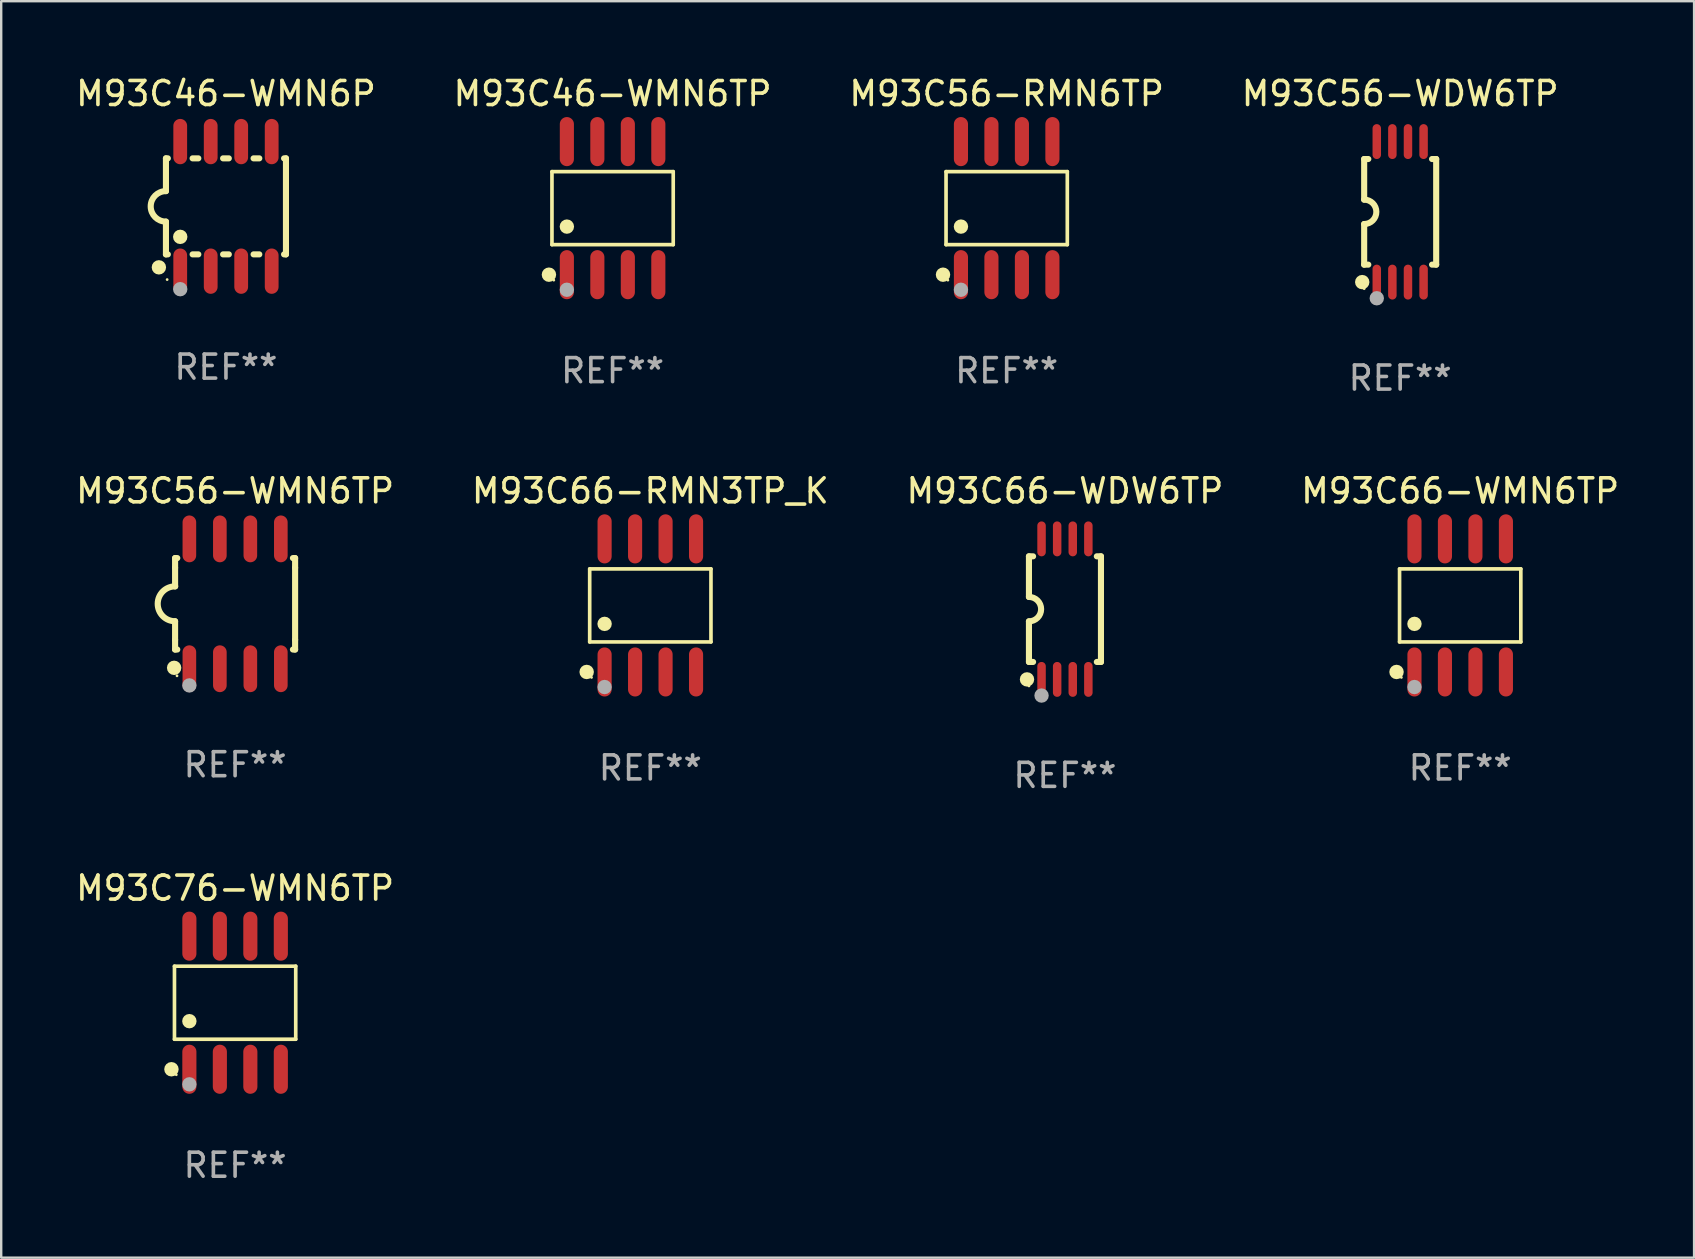
<source format=kicad_pcb>
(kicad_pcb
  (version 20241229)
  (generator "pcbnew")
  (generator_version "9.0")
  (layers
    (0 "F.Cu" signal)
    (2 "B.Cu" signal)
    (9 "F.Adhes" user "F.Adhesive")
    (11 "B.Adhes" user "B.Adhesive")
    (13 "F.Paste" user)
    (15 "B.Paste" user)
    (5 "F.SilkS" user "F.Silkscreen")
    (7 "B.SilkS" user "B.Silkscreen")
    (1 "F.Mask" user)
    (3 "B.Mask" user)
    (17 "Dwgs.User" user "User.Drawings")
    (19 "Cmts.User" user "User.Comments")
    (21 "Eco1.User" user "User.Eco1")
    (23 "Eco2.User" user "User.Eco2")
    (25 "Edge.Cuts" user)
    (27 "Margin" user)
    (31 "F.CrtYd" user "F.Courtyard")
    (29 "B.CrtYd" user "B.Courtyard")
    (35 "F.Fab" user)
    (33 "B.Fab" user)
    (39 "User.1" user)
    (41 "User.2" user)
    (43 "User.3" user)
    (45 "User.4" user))
  (footprint "M93C56-RMN6TP"
    (layer "F.Cu")
    (at 38.887 5.621)
    (property "Reference" "M93C56-RMN6TP" (at 0 -4.772 0) (layer "F.SilkS") (effects (font (size 1 1) (thickness 0.15))))
    (attr through_hole)
    (fp_line (start -2.526 -1.521) (end 2.526 -1.521) (stroke (width 0.152) (type solid)) (layer "F.SilkS"))
    (fp_line (start -2.526 1.521) (end -2.526 -1.521) (stroke (width 0.152) (type solid)) (layer "F.SilkS"))
    (fp_line (start 2.526 -1.521) (end 2.526 1.521) (stroke (width 0.152) (type solid)) (layer "F.SilkS"))
    (fp_line (start 2.526 1.521) (end -2.526 1.521) (stroke (width 0.152) (type solid)) (layer "F.SilkS"))
    (fp_circle (center -2.652 2.772) (end -2.501 2.772) (stroke (width 0.3) (type solid)) (fill no) (layer "F.SilkS"))
    (fp_circle (center -2.45 3) (end -2.42 3) (stroke (width 0.06) (type solid)) (fill no) (layer "F.SilkS"))
    (fp_circle (center -1.905 0.769) (end -1.755 0.769) (stroke (width 0.3) (type solid)) (fill no) (layer "F.SilkS"))
    (fp_circle (center -1.905 3.4) (end -1.755 3.4) (stroke (width 0.3) (type solid)) (fill no) (layer "F.Fab"))
    (fp_text user "REF**" (at 0 6.772 0) (layer "F.Fab") (effects (font (size 1 1) (thickness 0.15))))
    (pad "1" smd oval (at -1.905 2.772) (size 0.588 2.045) (layers "F.Cu" "F.Mask" "F.Paste"))
    (pad "2" smd oval (at -0.635 2.772) (size 0.588 2.045) (layers "F.Cu" "F.Mask" "F.Paste"))
    (pad "3" smd oval (at 0.635 2.772) (size 0.588 2.045) (layers "F.Cu" "F.Mask" "F.Paste"))
    (pad "4" smd oval (at 1.905 2.772) (size 0.588 2.045) (layers "F.Cu" "F.Mask" "F.Paste"))
    (pad "5" smd oval (at 1.905 -2.772) (size 0.588 2.045) (layers "F.Cu" "F.Mask" "F.Paste"))
    (pad "6" smd oval (at 0.635 -2.772) (size 0.588 2.045) (layers "F.Cu" "F.Mask" "F.Paste"))
    (pad "7" smd oval (at -0.635 -2.772) (size 0.588 2.045) (layers "F.Cu" "F.Mask" "F.Paste"))
    (pad "8" smd oval (at -1.905 -2.772) (size 0.588 2.045) (layers "F.Cu" "F.Mask" "F.Paste")))
  (footprint "M93C66-RMN3TP_K"
    (layer "F.Cu")
    (at 24.042 22.171)
    (property "Reference" "M93C66-RMN3TP_K" (at 0 -4.772 0) (layer "F.SilkS") (effects (font (size 1 1) (thickness 0.15))))
    (attr through_hole)
    (fp_line (start -2.526 -1.521) (end 2.526 -1.521) (stroke (width 0.152) (type solid)) (layer "F.SilkS"))
    (fp_line (start -2.526 1.521) (end -2.526 -1.521) (stroke (width 0.152) (type solid)) (layer "F.SilkS"))
    (fp_line (start 2.526 -1.521) (end 2.526 1.521) (stroke (width 0.152) (type solid)) (layer "F.SilkS"))
    (fp_line (start 2.526 1.521) (end -2.526 1.521) (stroke (width 0.152) (type solid)) (layer "F.SilkS"))
    (fp_circle (center -2.652 2.772) (end -2.501 2.772) (stroke (width 0.3) (type solid)) (fill no) (layer "F.SilkS"))
    (fp_circle (center -2.45 3) (end -2.42 3) (stroke (width 0.06) (type solid)) (fill no) (layer "F.SilkS"))
    (fp_circle (center -1.905 0.769) (end -1.755 0.769) (stroke (width 0.3) (type solid)) (fill no) (layer "F.SilkS"))
    (fp_circle (center -1.905 3.4) (end -1.755 3.4) (stroke (width 0.3) (type solid)) (fill no) (layer "F.Fab"))
    (fp_text user "REF**" (at 0 6.772 0) (layer "F.Fab") (effects (font (size 1 1) (thickness 0.15))))
    (pad "1" smd oval (at -1.905 2.772) (size 0.588 2.045) (layers "F.Cu" "F.Mask" "F.Paste"))
    (pad "2" smd oval (at -0.635 2.772) (size 0.588 2.045) (layers "F.Cu" "F.Mask" "F.Paste"))
    (pad "3" smd oval (at 0.635 2.772) (size 0.588 2.045) (layers "F.Cu" "F.Mask" "F.Paste"))
    (pad "4" smd oval (at 1.905 2.772) (size 0.588 2.045) (layers "F.Cu" "F.Mask" "F.Paste"))
    (pad "5" smd oval (at 1.905 -2.772) (size 0.588 2.045) (layers "F.Cu" "F.Mask" "F.Paste"))
    (pad "6" smd oval (at 0.635 -2.772) (size 0.588 2.045) (layers "F.Cu" "F.Mask" "F.Paste"))
    (pad "7" smd oval (at -0.635 -2.772) (size 0.588 2.045) (layers "F.Cu" "F.Mask" "F.Paste"))
    (pad "8" smd oval (at -1.905 -2.772) (size 0.588 2.045) (layers "F.Cu" "F.Mask" "F.Paste")))
  (footprint "M93C56-WDW6TP"
    (layer "F.Cu")
    (at 55.28 5.775)
    (property "Reference" "M93C56-WDW6TP" (at 0 -4.927 0) (layer "F.SilkS") (effects (font (size 1 1) (thickness 0.15))))
    (attr through_hole)
    (fp_line (start -1.5 -2.2) (end -1.5 -0.508) (stroke (width 0.254) (type solid)) (layer "F.SilkS"))
    (fp_line (start -1.5 -2.2) (end -1.328 -2.2) (stroke (width 0.254) (type solid)) (layer "F.SilkS"))
    (fp_line (start -1.5 2.2) (end -1.5 0.508) (stroke (width 0.254) (type solid)) (layer "F.SilkS"))
    (fp_line (start -1.5 2.2) (end -1.328 2.2) (stroke (width 0.254) (type solid)) (layer "F.SilkS"))
    (fp_line (start 1.328 -2.2) (end 1.5 -2.2) (stroke (width 0.254) (type solid)) (layer "F.SilkS"))
    (fp_line (start 1.328 2.2) (end 1.5 2.2) (stroke (width 0.254) (type solid)) (layer "F.SilkS"))
    (fp_line (start 1.5 -2.2) (end 1.5 2.2) (stroke (width 0.254) (type solid)) (layer "F.SilkS"))
    (fp_arc (start -1.501144 -0.508) (mid -0.993143 -0.000571) (end -1.5 0.508001) (stroke (width 0.254001) (type solid)) (layer "F.SilkS"))
    (fp_circle (center -1.581 2.927) (end -1.431 2.927) (stroke (width 0.3) (type solid)) (fill no) (layer "F.SilkS"))
    (fp_circle (center -1.5 3.2) (end -1.47 3.2) (stroke (width 0.06) (type solid)) (fill no) (layer "F.SilkS"))
    (fp_circle (center -0.975 3.6) (end -0.825 3.6) (stroke (width 0.3) (type solid)) (fill no) (layer "F.Fab"))
    (fp_text user "REF**" (at 0 6.927 0) (layer "F.Fab") (effects (font (size 1 1) (thickness 0.15))))
    (pad "1" smd oval (at -0.975 2.927) (size 0.353 1.454) (layers "F.Cu" "F.Mask" "F.Paste"))
    (pad "2" smd oval (at -0.325 2.927) (size 0.353 1.454) (layers "F.Cu" "F.Mask" "F.Paste"))
    (pad "3" smd oval (at 0.325 2.927) (size 0.353 1.454) (layers "F.Cu" "F.Mask" "F.Paste"))
    (pad "4" smd oval (at 0.975 2.927) (size 0.353 1.454) (layers "F.Cu" "F.Mask" "F.Paste"))
    (pad "5" smd oval (at 0.975 -2.927) (size 0.353 1.454) (layers "F.Cu" "F.Mask" "F.Paste"))
    (pad "6" smd oval (at 0.325 -2.927) (size 0.353 1.454) (layers "F.Cu" "F.Mask" "F.Paste"))
    (pad "7" smd oval (at -0.325 -2.927) (size 0.353 1.454) (layers "F.Cu" "F.Mask" "F.Paste"))
    (pad "8" smd oval (at -0.975 -2.927) (size 0.353 1.454) (layers "F.Cu" "F.Mask" "F.Paste")))
  (footprint "M93C76-WMN6TP"
    (layer "F.Cu")
    (at 6.744 38.722)
    (property "Reference" "M93C76-WMN6TP" (at 0 -4.772 0) (layer "F.SilkS") (effects (font (size 1 1) (thickness 0.15))))
    (attr through_hole)
    (fp_line (start -2.526 -1.521) (end 2.526 -1.521) (stroke (width 0.152) (type solid)) (layer "F.SilkS"))
    (fp_line (start -2.526 1.521) (end -2.526 -1.521) (stroke (width 0.152) (type solid)) (layer "F.SilkS"))
    (fp_line (start 2.526 -1.521) (end 2.526 1.521) (stroke (width 0.152) (type solid)) (layer "F.SilkS"))
    (fp_line (start 2.526 1.521) (end -2.526 1.521) (stroke (width 0.152) (type solid)) (layer "F.SilkS"))
    (fp_circle (center -2.652 2.772) (end -2.501 2.772) (stroke (width 0.3) (type solid)) (fill no) (layer "F.SilkS"))
    (fp_circle (center -2.45 3) (end -2.42 3) (stroke (width 0.06) (type solid)) (fill no) (layer "F.SilkS"))
    (fp_circle (center -1.905 0.769) (end -1.755 0.769) (stroke (width 0.3) (type solid)) (fill no) (layer "F.SilkS"))
    (fp_circle (center -1.905 3.4) (end -1.755 3.4) (stroke (width 0.3) (type solid)) (fill no) (layer "F.Fab"))
    (fp_text user "REF**" (at 0 6.772 0) (layer "F.Fab") (effects (font (size 1 1) (thickness 0.15))))
    (pad "1" smd oval (at -1.905 2.772) (size 0.588 2.045) (layers "F.Cu" "F.Mask" "F.Paste"))
    (pad "2" smd oval (at -0.635 2.772) (size 0.588 2.045) (layers "F.Cu" "F.Mask" "F.Paste"))
    (pad "3" smd oval (at 0.635 2.772) (size 0.588 2.045) (layers "F.Cu" "F.Mask" "F.Paste"))
    (pad "4" smd oval (at 1.905 2.772) (size 0.588 2.045) (layers "F.Cu" "F.Mask" "F.Paste"))
    (pad "5" smd oval (at 1.905 -2.772) (size 0.588 2.045) (layers "F.Cu" "F.Mask" "F.Paste"))
    (pad "6" smd oval (at 0.635 -2.772) (size 0.588 2.045) (layers "F.Cu" "F.Mask" "F.Paste"))
    (pad "7" smd oval (at -0.635 -2.772) (size 0.588 2.045) (layers "F.Cu" "F.Mask" "F.Paste"))
    (pad "8" smd oval (at -1.905 -2.772) (size 0.588 2.045) (layers "F.Cu" "F.Mask" "F.Paste")))
  (footprint "M93C66-WMN6TP"
    (layer "F.Cu")
    (at 57.78 22.171)
    (property "Reference" "M93C66-WMN6TP" (at 0 -4.772 0) (layer "F.SilkS") (effects (font (size 1 1) (thickness 0.15))))
    (attr through_hole)
    (fp_line (start -2.526 -1.521) (end 2.526 -1.521) (stroke (width 0.152) (type solid)) (layer "F.SilkS"))
    (fp_line (start -2.526 1.521) (end -2.526 -1.521) (stroke (width 0.152) (type solid)) (layer "F.SilkS"))
    (fp_line (start 2.526 -1.521) (end 2.526 1.521) (stroke (width 0.152) (type solid)) (layer "F.SilkS"))
    (fp_line (start 2.526 1.521) (end -2.526 1.521) (stroke (width 0.152) (type solid)) (layer "F.SilkS"))
    (fp_circle (center -2.652 2.772) (end -2.501 2.772) (stroke (width 0.3) (type solid)) (fill no) (layer "F.SilkS"))
    (fp_circle (center -2.45 3) (end -2.42 3) (stroke (width 0.06) (type solid)) (fill no) (layer "F.SilkS"))
    (fp_circle (center -1.905 0.769) (end -1.755 0.769) (stroke (width 0.3) (type solid)) (fill no) (layer "F.SilkS"))
    (fp_circle (center -1.905 3.4) (end -1.755 3.4) (stroke (width 0.3) (type solid)) (fill no) (layer "F.Fab"))
    (fp_text user "REF**" (at 0 6.772 0) (layer "F.Fab") (effects (font (size 1 1) (thickness 0.15))))
    (pad "1" smd oval (at -1.905 2.772) (size 0.588 2.045) (layers "F.Cu" "F.Mask" "F.Paste"))
    (pad "2" smd oval (at -0.635 2.772) (size 0.588 2.045) (layers "F.Cu" "F.Mask" "F.Paste"))
    (pad "3" smd oval (at 0.635 2.772) (size 0.588 2.045) (layers "F.Cu" "F.Mask" "F.Paste"))
    (pad "4" smd oval (at 1.905 2.772) (size 0.588 2.045) (layers "F.Cu" "F.Mask" "F.Paste"))
    (pad "5" smd oval (at 1.905 -2.772) (size 0.588 2.045) (layers "F.Cu" "F.Mask" "F.Paste"))
    (pad "6" smd oval (at 0.635 -2.772) (size 0.588 2.045) (layers "F.Cu" "F.Mask" "F.Paste"))
    (pad "7" smd oval (at -0.635 -2.772) (size 0.588 2.045) (layers "F.Cu" "F.Mask" "F.Paste"))
    (pad "8" smd oval (at -1.905 -2.772) (size 0.588 2.045) (layers "F.Cu" "F.Mask" "F.Paste")))
  (footprint "M93C46-WMN6P"
    (layer "F.Cu")
    (at 6.363 5.547)
    (property "Reference" "M93C46-WMN6P" (at 0 -4.699 0) (layer "F.SilkS") (effects (font (size 1 1) (thickness 0.15))))
    (attr through_hole)
    (fp_line (start -2.5 -2) (end -2.5 -0.635) (stroke (width 0.254) (type solid)) (layer "F.SilkS"))
    (fp_line (start -2.5 -2) (end -2.421 -2) (stroke (width 0.254) (type solid)) (layer "F.SilkS"))
    (fp_line (start -2.5 2) (end -2.5 0.635) (stroke (width 0.254) (type solid)) (layer "F.SilkS"))
    (fp_line (start -2.5 2) (end -2.421 2) (stroke (width 0.254) (type solid)) (layer "F.SilkS"))
    (fp_line (start -1.389 -2) (end -1.151 -2) (stroke (width 0.254) (type solid)) (layer "F.SilkS"))
    (fp_line (start -1.389 2) (end -1.151 2) (stroke (width 0.254) (type solid)) (layer "F.SilkS"))
    (fp_line (start -0.119 -2) (end 0.119 -2) (stroke (width 0.254) (type solid)) (layer "F.SilkS"))
    (fp_line (start -0.119 2) (end 0.119 2) (stroke (width 0.254) (type solid)) (layer "F.SilkS"))
    (fp_line (start 1.151 -2) (end 1.389 -2) (stroke (width 0.254) (type solid)) (layer "F.SilkS"))
    (fp_line (start 1.151 2) (end 1.389 2) (stroke (width 0.254) (type solid)) (layer "F.SilkS"))
    (fp_line (start 2.421 -2) (end 2.5 -2) (stroke (width 0.254) (type solid)) (layer "F.SilkS"))
    (fp_line (start 2.421 2) (end 2.5 2) (stroke (width 0.254) (type solid)) (layer "F.SilkS"))
    (fp_line (start 2.5 -2) (end 2.5 2) (stroke (width 0.254) (type solid)) (layer "F.SilkS"))
    (fp_arc (start -2.5 0.635001) (mid -3.134366 -0.000318) (end -2.499365 -0.635001) (stroke (width 0.254001) (type solid)) (layer "F.SilkS"))
    (fp_circle (center -2.794 2.54) (end -2.644 2.54) (stroke (width 0.3) (type solid)) (fill no) (layer "F.SilkS"))
    (fp_circle (center -2.45 3.05) (end -2.42 3.05) (stroke (width 0.06) (type solid)) (fill no) (layer "F.SilkS"))
    (fp_circle (center -1.905 1.27) (end -1.755 1.27) (stroke (width 0.3) (type solid)) (fill no) (layer "F.SilkS"))
    (fp_circle (center -1.905 3.45) (end -1.755 3.45) (stroke (width 0.3) (type solid)) (fill no) (layer "F.Fab"))
    (fp_text user "REF**" (at 0 6.699 0) (layer "F.Fab") (effects (font (size 1 1) (thickness 0.15))))
    (pad "1" smd oval (at -1.905 2.699) (size 0.574 1.888) (layers "F.Cu" "F.Mask" "F.Paste"))
    (pad "2" smd oval (at -0.635 2.699) (size 0.574 1.888) (layers "F.Cu" "F.Mask" "F.Paste"))
    (pad "3" smd oval (at 0.635 2.699) (size 0.574 1.888) (layers "F.Cu" "F.Mask" "F.Paste"))
    (pad "4" smd oval (at 1.905 2.699) (size 0.574 1.888) (layers "F.Cu" "F.Mask" "F.Paste"))
    (pad "5" smd oval (at 1.905 -2.699) (size 0.574 1.888) (layers "F.Cu" "F.Mask" "F.Paste"))
    (pad "6" smd oval (at 0.635 -2.699) (size 0.574 1.888) (layers "F.Cu" "F.Mask" "F.Paste"))
    (pad "7" smd oval (at -0.635 -2.699) (size 0.574 1.888) (layers "F.Cu" "F.Mask" "F.Paste"))
    (pad "8" smd oval (at -1.905 -2.699) (size 0.574 1.888) (layers "F.Cu" "F.Mask" "F.Paste")))
  (footprint "M93C56-WMN6TP"
    (layer "F.Cu")
    (at 6.744 22.104)
    (property "Reference" "M93C56-WMN6TP" (at 0 -4.705 0) (layer "F.SilkS") (effects (font (size 1 1) (thickness 0.15))))
    (attr through_hole)
    (fp_line (start -2.5 -1.905) (end -2.409 -1.905) (stroke (width 0.254) (type solid)) (layer "F.SilkS"))
    (fp_line (start -2.5 -1.5) (end -2.5 -1.905) (stroke (width 0.254) (type solid)) (layer "F.SilkS"))
    (fp_line (start -2.5 -1.5) (end -2.5 -0.726) (stroke (width 0.254) (type solid)) (layer "F.SilkS"))
    (fp_line (start -2.5 1.5) (end -2.5 0.727) (stroke (width 0.254) (type solid)) (layer "F.SilkS"))
    (fp_line (start -2.5 1.5) (end -2.5 1.905) (stroke (width 0.254) (type solid)) (layer "F.SilkS"))
    (fp_line (start -2.5 1.905) (end -2.409 1.905) (stroke (width 0.254) (type solid)) (layer "F.SilkS"))
    (fp_line (start 2.5 -1.905) (end 2.409 -1.905) (stroke (width 0.254) (type solid)) (layer "F.SilkS"))
    (fp_line (start 2.5 -1.5) (end 2.5 -1.905) (stroke (width 0.254) (type solid)) (layer "F.SilkS"))
    (fp_line (start 2.5 -1.5) (end 2.5 1.5) (stroke (width 0.254) (type solid)) (layer "F.SilkS"))
    (fp_line (start 2.5 1.5) (end 2.5 1.905) (stroke (width 0.254) (type solid)) (layer "F.SilkS"))
    (fp_line (start 2.5 1.905) (end 2.409 1.905) (stroke (width 0.254) (type solid)) (layer "F.SilkS"))
    (fp_arc (start -2.5 0.726568) (mid -3.220316 -0.0023) (end -2.495097 -0.726289) (stroke (width 0.254001) (type solid)) (layer "F.SilkS"))
    (fp_circle (center -2.54 2.667) (end -2.39 2.667) (stroke (width 0.3) (type solid)) (fill no) (layer "F.SilkS"))
    (fp_circle (center -2.42 3) (end -2.39 3) (stroke (width 0.06) (type solid)) (fill no) (layer "F.SilkS"))
    (fp_circle (center -1.905 3.4) (end -1.755 3.4) (stroke (width 0.3) (type solid)) (fill no) (layer "F.Fab"))
    (fp_text user "REF**" (at 0 6.705 0) (layer "F.Fab") (effects (font (size 1 1) (thickness 0.15))))
    (pad "1" smd oval (at -1.905 2.705) (size 0.568 1.95) (layers "F.Cu" "F.Mask" "F.Paste"))
    (pad "2" smd oval (at -0.635 2.705) (size 0.568 1.95) (layers "F.Cu" "F.Mask" "F.Paste"))
    (pad "3" smd oval (at 0.635 2.705) (size 0.568 1.95) (layers "F.Cu" "F.Mask" "F.Paste"))
    (pad "4" smd oval (at 1.905 2.705) (size 0.568 1.95) (layers "F.Cu" "F.Mask" "F.Paste"))
    (pad "5" smd oval (at 1.905 -2.705) (size 0.568 1.95) (layers "F.Cu" "F.Mask" "F.Paste"))
    (pad "6" smd oval (at 0.635 -2.705) (size 0.568 1.95) (layers "F.Cu" "F.Mask" "F.Paste"))
    (pad "7" smd oval (at -0.635 -2.705) (size 0.568 1.95) (layers "F.Cu" "F.Mask" "F.Paste"))
    (pad "8" smd oval (at -1.905 -2.705) (size 0.568 1.95) (layers "F.Cu" "F.Mask" "F.Paste")))
  (footprint "M93C46-WMN6TP"
    (layer "F.Cu")
    (at 22.47 5.621)
    (property "Reference" "M93C46-WMN6TP" (at 0 -4.772 0) (layer "F.SilkS") (effects (font (size 1 1) (thickness 0.15))))
    (attr through_hole)
    (fp_line (start -2.526 -1.521) (end 2.526 -1.521) (stroke (width 0.152) (type solid)) (layer "F.SilkS"))
    (fp_line (start -2.526 1.521) (end -2.526 -1.521) (stroke (width 0.152) (type solid)) (layer "F.SilkS"))
    (fp_line (start 2.526 -1.521) (end 2.526 1.521) (stroke (width 0.152) (type solid)) (layer "F.SilkS"))
    (fp_line (start 2.526 1.521) (end -2.526 1.521) (stroke (width 0.152) (type solid)) (layer "F.SilkS"))
    (fp_circle (center -2.652 2.772) (end -2.501 2.772) (stroke (width 0.3) (type solid)) (fill no) (layer "F.SilkS"))
    (fp_circle (center -2.45 3) (end -2.42 3) (stroke (width 0.06) (type solid)) (fill no) (layer "F.SilkS"))
    (fp_circle (center -1.905 0.769) (end -1.755 0.769) (stroke (width 0.3) (type solid)) (fill no) (layer "F.SilkS"))
    (fp_circle (center -1.905 3.4) (end -1.755 3.4) (stroke (width 0.3) (type solid)) (fill no) (layer "F.Fab"))
    (fp_text user "REF**" (at 0 6.772 0) (layer "F.Fab") (effects (font (size 1 1) (thickness 0.15))))
    (pad "1" smd oval (at -1.905 2.772) (size 0.588 2.045) (layers "F.Cu" "F.Mask" "F.Paste"))
    (pad "2" smd oval (at -0.635 2.772) (size 0.588 2.045) (layers "F.Cu" "F.Mask" "F.Paste"))
    (pad "3" smd oval (at 0.635 2.772) (size 0.588 2.045) (layers "F.Cu" "F.Mask" "F.Paste"))
    (pad "4" smd oval (at 1.905 2.772) (size 0.588 2.045) (layers "F.Cu" "F.Mask" "F.Paste"))
    (pad "5" smd oval (at 1.905 -2.772) (size 0.588 2.045) (layers "F.Cu" "F.Mask" "F.Paste"))
    (pad "6" smd oval (at 0.635 -2.772) (size 0.588 2.045) (layers "F.Cu" "F.Mask" "F.Paste"))
    (pad "7" smd oval (at -0.635 -2.772) (size 0.588 2.045) (layers "F.Cu" "F.Mask" "F.Paste"))
    (pad "8" smd oval (at -1.905 -2.772) (size 0.588 2.045) (layers "F.Cu" "F.Mask" "F.Paste")))
  (footprint "M93C66-WDW6TP"
    (layer "F.Cu")
    (at 41.315 22.326)
    (property "Reference" "M93C66-WDW6TP" (at 0 -4.927 0) (layer "F.SilkS") (effects (font (size 1 1) (thickness 0.15))))
    (attr through_hole)
    (fp_line (start -1.5 -2.2) (end -1.5 -0.508) (stroke (width 0.254) (type solid)) (layer "F.SilkS"))
    (fp_line (start -1.5 -2.2) (end -1.328 -2.2) (stroke (width 0.254) (type solid)) (layer "F.SilkS"))
    (fp_line (start -1.5 2.2) (end -1.5 0.508) (stroke (width 0.254) (type solid)) (layer "F.SilkS"))
    (fp_line (start -1.5 2.2) (end -1.328 2.2) (stroke (width 0.254) (type solid)) (layer "F.SilkS"))
    (fp_line (start 1.328 -2.2) (end 1.5 -2.2) (stroke (width 0.254) (type solid)) (layer "F.SilkS"))
    (fp_line (start 1.328 2.2) (end 1.5 2.2) (stroke (width 0.254) (type solid)) (layer "F.SilkS"))
    (fp_line (start 1.5 -2.2) (end 1.5 2.2) (stroke (width 0.254) (type solid)) (layer "F.SilkS"))
    (fp_arc (start -1.501144 -0.508) (mid -0.993143 -0.000571) (end -1.5 0.508001) (stroke (width 0.254001) (type solid)) (layer "F.SilkS"))
    (fp_circle (center -1.581 2.927) (end -1.431 2.927) (stroke (width 0.3) (type solid)) (fill no) (layer "F.SilkS"))
    (fp_circle (center -1.5 3.2) (end -1.47 3.2) (stroke (width 0.06) (type solid)) (fill no) (layer "F.SilkS"))
    (fp_circle (center -0.975 3.6) (end -0.825 3.6) (stroke (width 0.3) (type solid)) (fill no) (layer "F.Fab"))
    (fp_text user "REF**" (at 0 6.927 0) (layer "F.Fab") (effects (font (size 1 1) (thickness 0.15))))
    (pad "1" smd oval (at -0.975 2.927) (size 0.353 1.454) (layers "F.Cu" "F.Mask" "F.Paste"))
    (pad "2" smd oval (at -0.325 2.927) (size 0.353 1.454) (layers "F.Cu" "F.Mask" "F.Paste"))
    (pad "3" smd oval (at 0.325 2.927) (size 0.353 1.454) (layers "F.Cu" "F.Mask" "F.Paste"))
    (pad "4" smd oval (at 0.975 2.927) (size 0.353 1.454) (layers "F.Cu" "F.Mask" "F.Paste"))
    (pad "5" smd oval (at 0.975 -2.927) (size 0.353 1.454) (layers "F.Cu" "F.Mask" "F.Paste"))
    (pad "6" smd oval (at 0.325 -2.927) (size 0.353 1.454) (layers "F.Cu" "F.Mask" "F.Paste"))
    (pad "7" smd oval (at -0.325 -2.927) (size 0.353 1.454) (layers "F.Cu" "F.Mask" "F.Paste"))
    (pad "8" smd oval (at -0.975 -2.927) (size 0.353 1.454) (layers "F.Cu" "F.Mask" "F.Paste")))
  (gr_rect
    (start -3 -3)
    (end 67.524 49.343)
    (stroke (width 0.1) (type default))
    (fill no)
    (layer "Edge.Cuts")))
</source>
